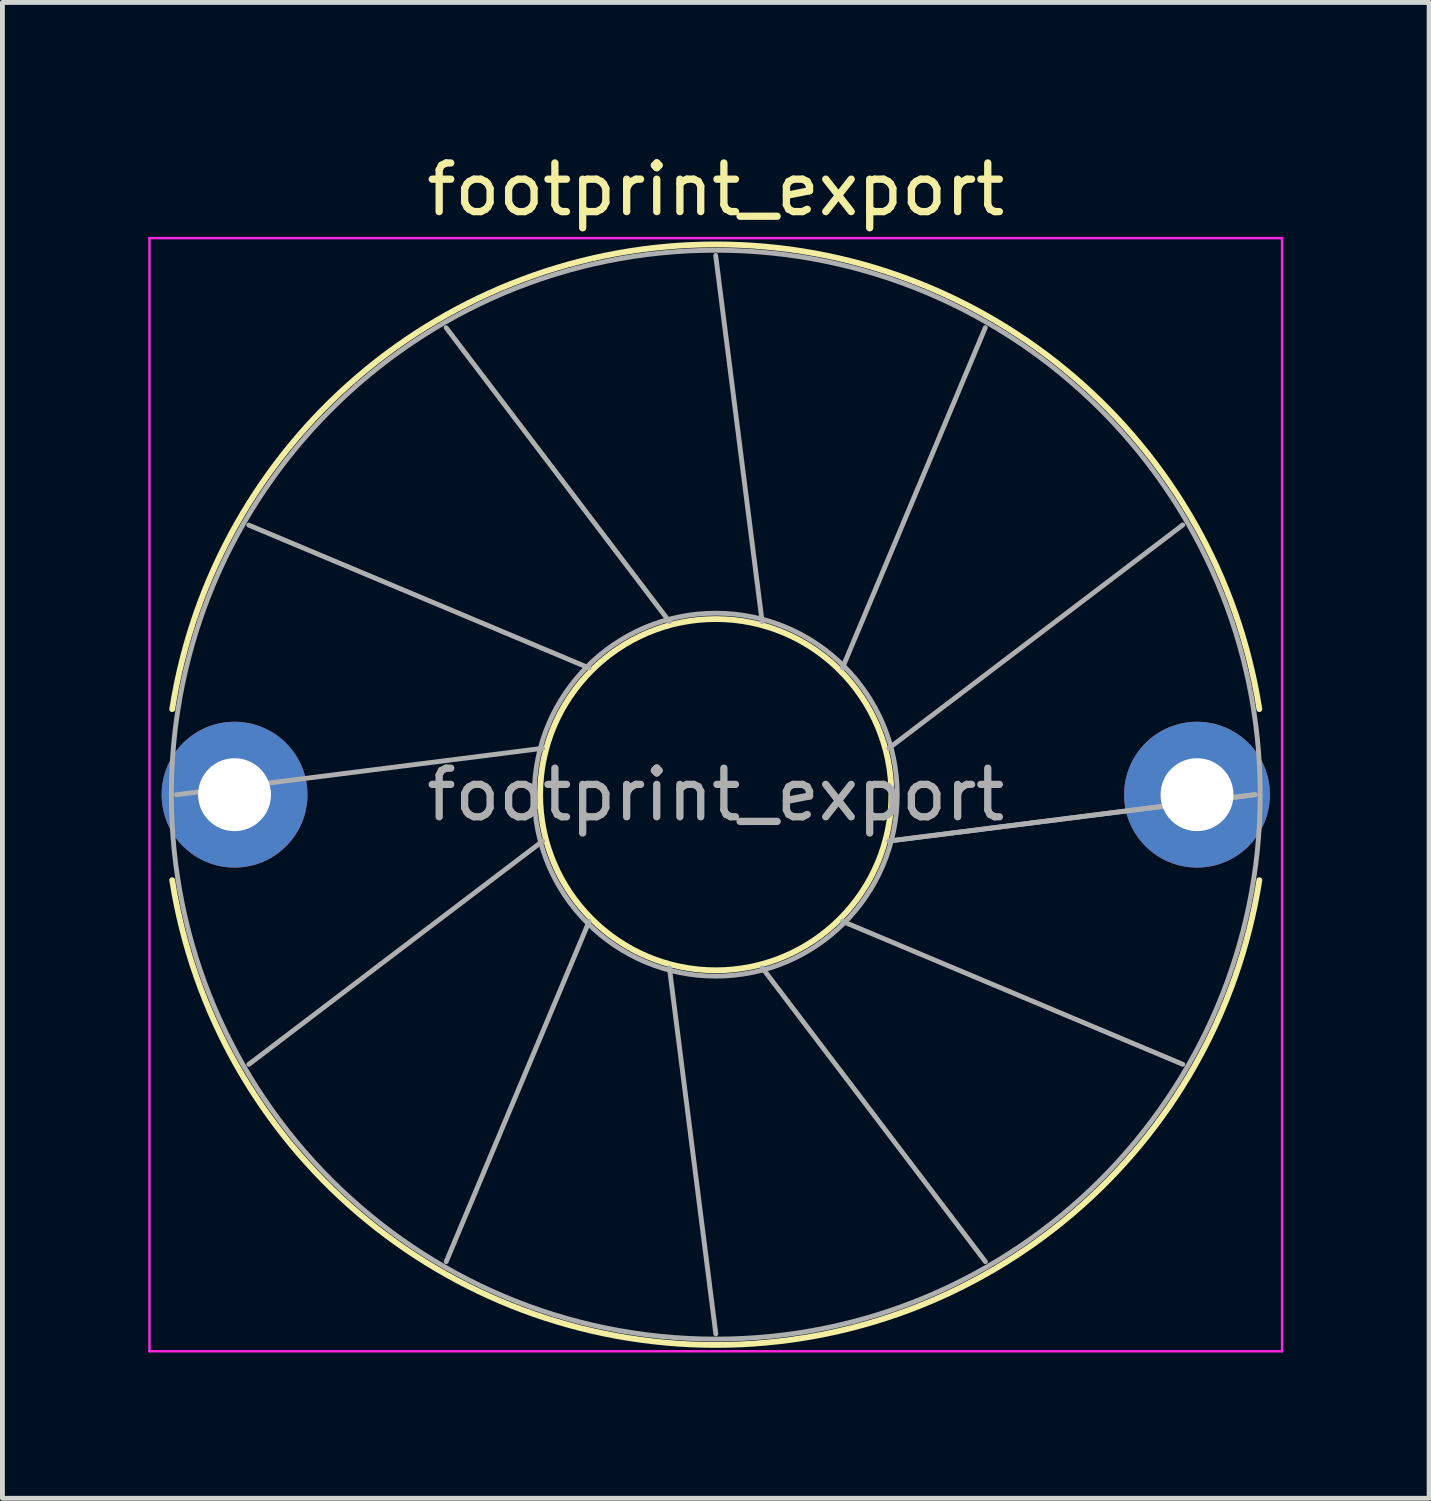
<source format=kicad_pcb>
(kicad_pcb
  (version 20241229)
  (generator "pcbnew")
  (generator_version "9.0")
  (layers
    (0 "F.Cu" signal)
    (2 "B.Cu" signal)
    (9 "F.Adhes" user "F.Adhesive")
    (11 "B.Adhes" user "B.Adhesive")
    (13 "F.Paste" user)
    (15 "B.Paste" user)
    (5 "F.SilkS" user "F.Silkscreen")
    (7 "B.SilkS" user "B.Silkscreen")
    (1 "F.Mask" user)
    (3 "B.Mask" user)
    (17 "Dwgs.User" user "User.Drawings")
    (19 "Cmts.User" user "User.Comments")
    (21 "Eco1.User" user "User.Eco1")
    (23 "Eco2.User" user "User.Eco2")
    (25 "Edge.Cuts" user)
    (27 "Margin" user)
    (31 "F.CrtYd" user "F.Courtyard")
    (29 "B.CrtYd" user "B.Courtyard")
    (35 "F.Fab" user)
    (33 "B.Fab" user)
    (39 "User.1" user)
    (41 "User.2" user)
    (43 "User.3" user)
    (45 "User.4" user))
  (footprint "footprint_export"
    (layer "F.Cu")
    (at 1.775 13.298)
    (property "Reference" "footprint_export" (at 9.9 -12.45 0) (layer "F.SilkS") (effects (font (size 1 1) (thickness 0.15))))
    (attr through_hole)
    (fp_arc (start -1.282343 -1.76) (mid 9.9 -11.32) (end 21.082343 -1.76) (stroke (width 0.12) (type solid)) (layer "F.SilkS"))
    (fp_arc (start 21.082343 1.76) (mid 9.9 11.32) (end -1.282343 1.76) (stroke (width 0.12) (type solid)) (layer "F.SilkS"))
    (fp_circle (center 9.9 0) (end 13.513 0) (stroke (width 0.12) (type solid)) (fill no) (layer "F.SilkS"))
    (fp_line (start -1.75 -11.45) (end -1.75 11.45) (stroke (width 0.05) (type solid)) (layer "F.CrtYd"))
    (fp_line (start -1.75 11.45) (end 21.55 11.45) (stroke (width 0.05) (type solid)) (layer "F.CrtYd"))
    (fp_line (start 21.55 -11.45) (end -1.75 -11.45) (stroke (width 0.05) (type solid)) (layer "F.CrtYd"))
    (fp_line (start 21.55 11.45) (end 21.55 -11.45) (stroke (width 0.05) (type solid)) (layer "F.CrtYd"))
    (fp_line (start -1.194 0.001) (end 6.34 -0.954) (stroke (width 0.1) (type solid)) (layer "F.Fab"))
    (fp_line (start 0.292 -5.546) (end 7.294 -2.606) (stroke (width 0.1) (type solid)) (layer "F.Fab"))
    (fp_line (start 0.293 5.548) (end 6.34 0.954) (stroke (width 0.1) (type solid)) (layer "F.Fab"))
    (fp_line (start 4.352 -9.607) (end 8.946 -3.56) (stroke (width 0.1) (type solid)) (layer "F.Fab"))
    (fp_line (start 4.354 9.608) (end 7.294 2.606) (stroke (width 0.1) (type solid)) (layer "F.Fab"))
    (fp_line (start 9.898 -11.094) (end 10.853 -3.56) (stroke (width 0.1) (type solid)) (layer "F.Fab"))
    (fp_line (start 9.901 11.094) (end 8.946 3.56) (stroke (width 0.1) (type solid)) (layer "F.Fab"))
    (fp_line (start 15.445 -9.608) (end 12.506 -2.607) (stroke (width 0.1) (type solid)) (layer "F.Fab"))
    (fp_line (start 15.447 9.607) (end 10.854 3.56) (stroke (width 0.1) (type solid)) (layer "F.Fab"))
    (fp_line (start 19.506 -5.548) (end 13.46 -0.955) (stroke (width 0.1) (type solid)) (layer "F.Fab"))
    (fp_line (start 19.507 5.547) (end 12.506 2.606) (stroke (width 0.1) (type solid)) (layer "F.Fab"))
    (fp_line (start 20.994 -0.002) (end 13.46 0.953) (stroke (width 0.1) (type solid)) (layer "F.Fab"))
    (fp_line (start 20.994 0) (end 13.46 0.954) (stroke (width 0.1) (type solid)) (layer "F.Fab"))
    (fp_circle (center 9.9 0) (end 13.633 0) (stroke (width 0.1) (type solid)) (fill no) (layer "F.Fab"))
    (fp_circle (center 9.9 0) (end 21.1 0) (stroke (width 0.1) (type solid)) (fill no) (layer "F.Fab"))
    (fp_text user "${REFERENCE}" (at 9.9 0 0) (layer "F.Fab") (effects (font (size 1 1) (thickness 0.15))))
    (pad "1" thru_hole circle (at 0 0) (size 3 3) (drill 1.5) (layers "*.Cu" "*.Mask"))
    (pad "2" thru_hole circle (at 19.8 0) (size 3 3) (drill 1.5) (layers "*.Cu" "*.Mask")))
  (gr_rect
    (start -3 -3)
    (end 26.35 27.773)
    (stroke (width 0.1) (type default))
    (fill no)
    (layer "Edge.Cuts")))
</source>
